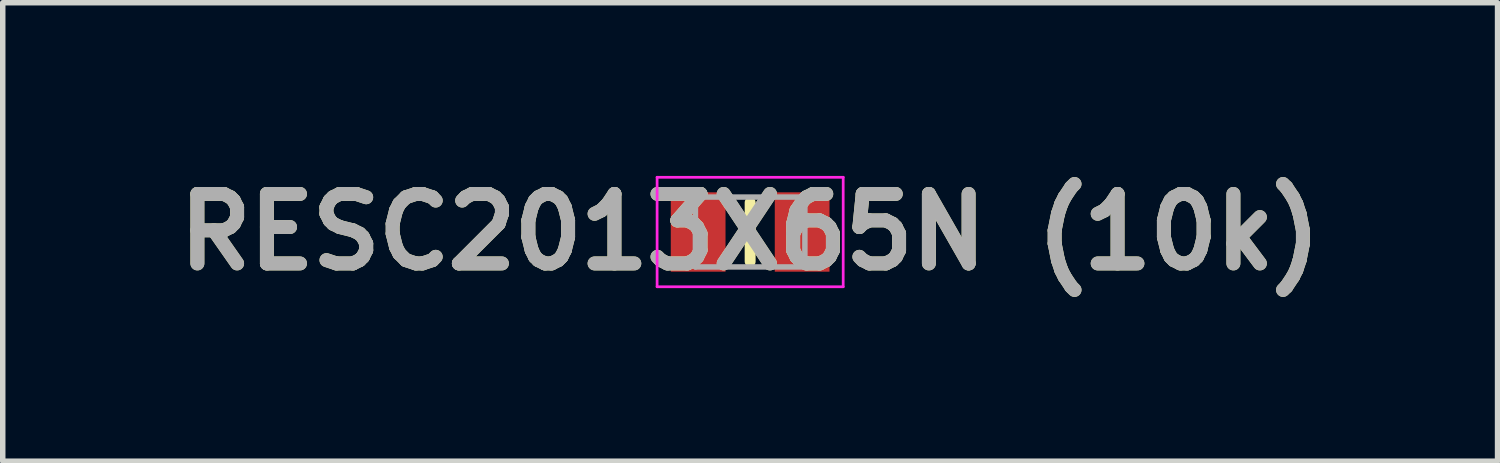
<source format=kicad_pcb>
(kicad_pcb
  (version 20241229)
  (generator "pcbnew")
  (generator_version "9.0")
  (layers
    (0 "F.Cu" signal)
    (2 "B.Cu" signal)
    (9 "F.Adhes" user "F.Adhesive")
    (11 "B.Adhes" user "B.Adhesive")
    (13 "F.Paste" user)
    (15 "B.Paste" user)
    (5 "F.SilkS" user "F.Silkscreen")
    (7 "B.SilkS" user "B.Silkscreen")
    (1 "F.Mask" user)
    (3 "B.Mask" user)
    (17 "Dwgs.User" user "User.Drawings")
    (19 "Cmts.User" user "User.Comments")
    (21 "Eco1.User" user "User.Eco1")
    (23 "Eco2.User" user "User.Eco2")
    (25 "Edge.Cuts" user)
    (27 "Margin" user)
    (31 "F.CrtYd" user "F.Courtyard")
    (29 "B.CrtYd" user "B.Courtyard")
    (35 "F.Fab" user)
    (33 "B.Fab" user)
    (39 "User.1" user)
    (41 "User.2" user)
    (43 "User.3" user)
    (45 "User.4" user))
  (footprint "RESC2013X65N (10k)"
    (layer "F.Cu")
    (at 10.656 1.189)
    (property "Reference" "RESC2013X65N (10k)" (at 0 0 0) (layer "F.SilkS") (effects (font (size 1.27 1.27) (thickness 0.254))))
    (attr smd)
    (fp_line (start 0 -0.538) (end 0 0.538) (stroke (width 0.2) (type solid)) (layer "F.SilkS"))
    (fp_line (start -1.7 -1) (end 1.7 -1) (stroke (width 0.05) (type solid)) (layer "F.CrtYd"))
    (fp_line (start -1.7 1) (end -1.7 -1) (stroke (width 0.05) (type solid)) (layer "F.CrtYd"))
    (fp_line (start 1.7 -1) (end 1.7 1) (stroke (width 0.05) (type solid)) (layer "F.CrtYd"))
    (fp_line (start 1.7 1) (end -1.7 1) (stroke (width 0.05) (type solid)) (layer "F.CrtYd"))
    (fp_line (start -1 -0.638) (end 1 -0.638) (stroke (width 0.1) (type solid)) (layer "F.Fab"))
    (fp_line (start -1 0.638) (end -1 -0.638) (stroke (width 0.1) (type solid)) (layer "F.Fab"))
    (fp_line (start 1 -0.638) (end 1 0.638) (stroke (width 0.1) (type solid)) (layer "F.Fab"))
    (fp_line (start 1 0.638) (end -1 0.638) (stroke (width 0.1) (type solid)) (layer "F.Fab"))
    (fp_text user "${REFERENCE}" (at 0 0 0) (layer "F.Fab") (effects (font (size 1.27 1.27) (thickness 0.254))))
    (pad "1" smd rect (at -0.95 0) (size 1 1.45) (layers "F.Cu" "F.Mask" "F.Paste"))
    (pad "2" smd rect (at 0.95 0) (size 1 1.45) (layers "F.Cu" "F.Mask" "F.Paste")))
  (gr_rect
    (start -3 -3)
    (end 24.312 5.377)
    (stroke (width 0.1) (type default))
    (fill no)
    (layer "Edge.Cuts")))
</source>
